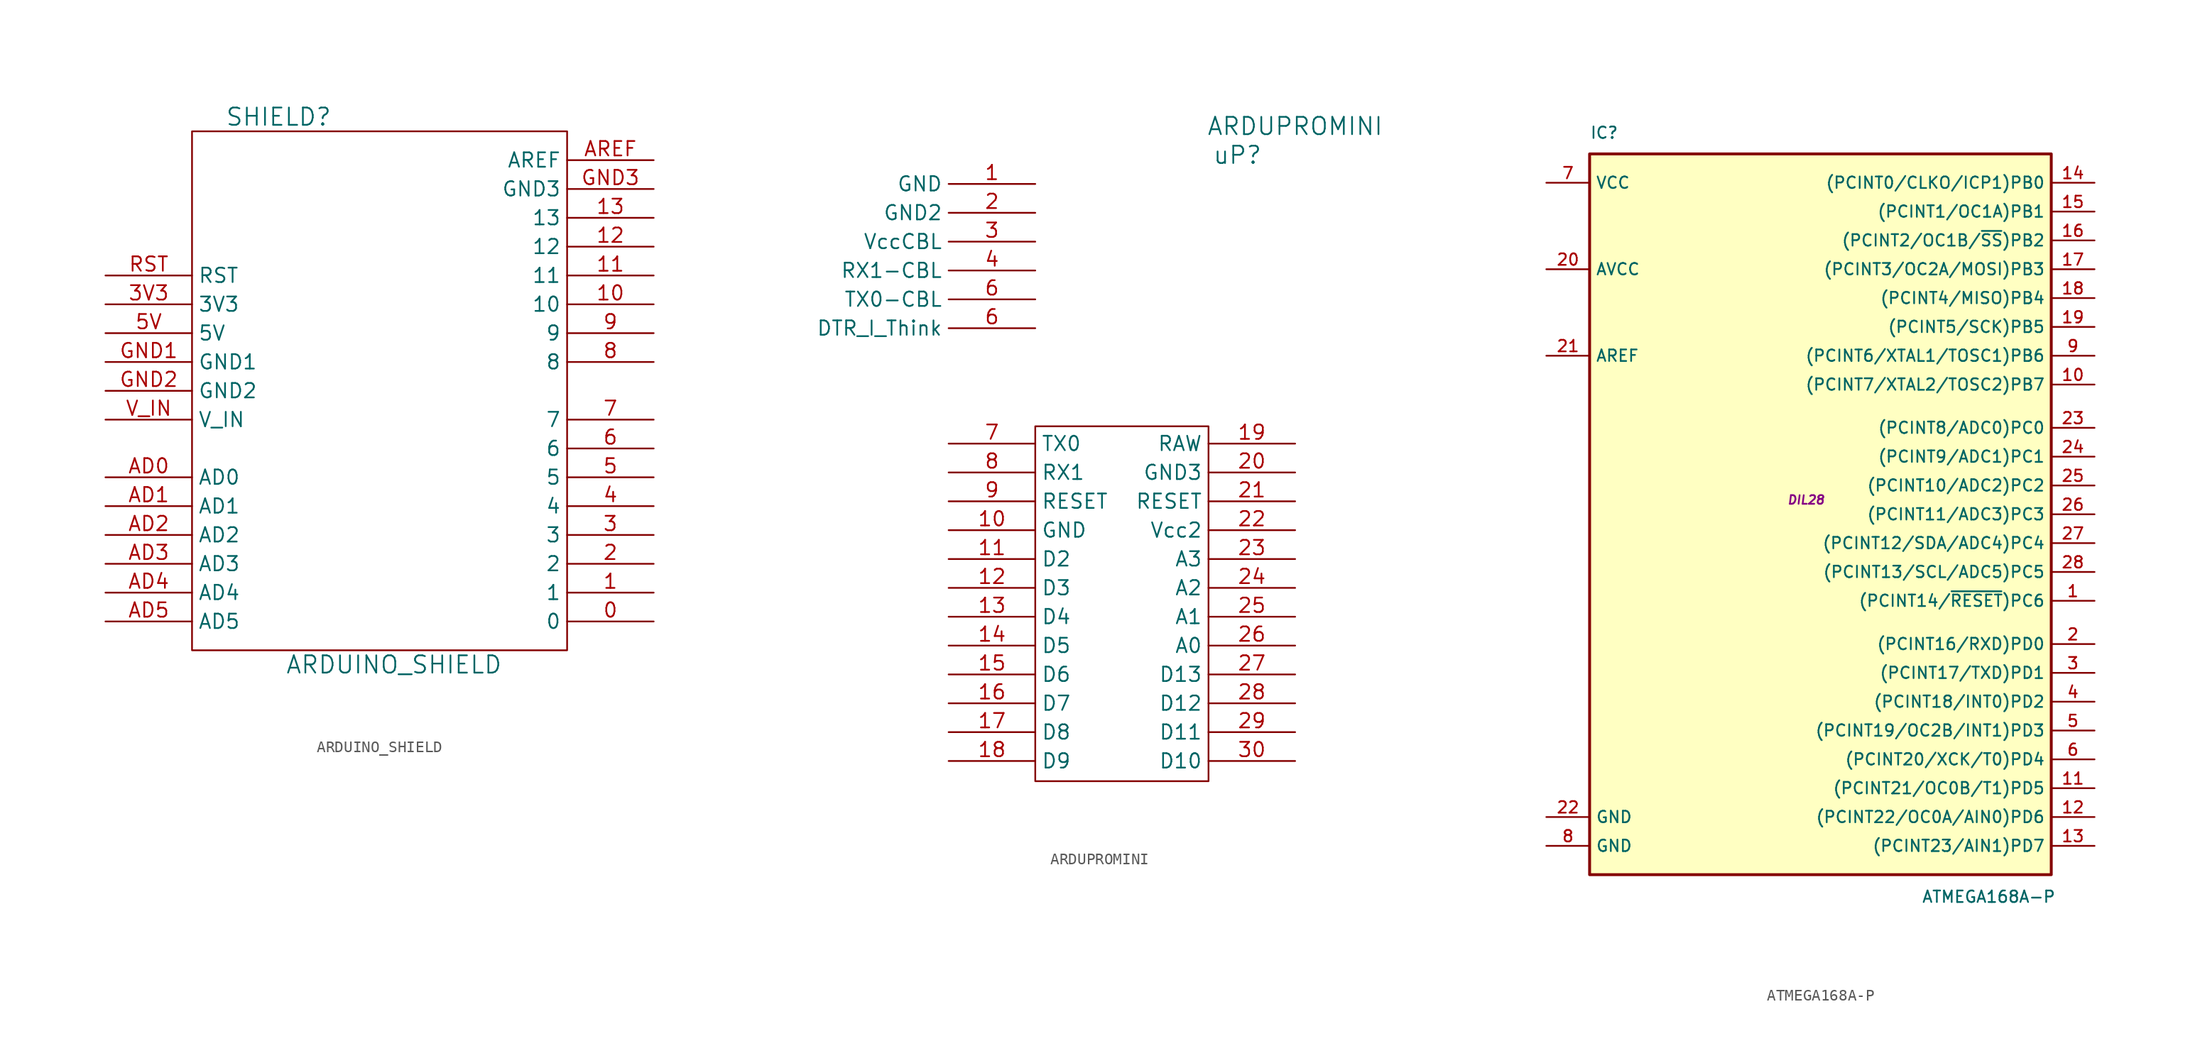
<source format=kicad_sym>
(kicad_symbol_lib
  (version 20201005)
  (generator kicad_symbol_editor)
  (symbol "Zimprich:ARDUINO_SHIELD"
    (property "Reference" "SHIELD"
      (at -8.89 24.13 0)
      (effects (font (size 1.524 1.524))))
    (property "Value" "ARDUINO_SHIELD"
      (at 1.27 -24.13 0)
      (effects (font (size 1.524 1.524))))
    (property "Footprint" ""
      (at 0 0 0)
      (effects (font (size 1.524 1.524))))
    (property "Datasheet" ""
      (at 0 0 0)
      (effects (font (size 1.524 1.524))))
    (symbol "ARDUINO_SHIELD_0_1"
      (rectangle (start -16.51 -22.86) (end 16.51 22.86) (stroke (width 0)) (fill (type none))))
    (symbol "ARDUINO_SHIELD_1_1"
      (pin bidirectional line (at 24.13 -20.32 180) (length 7.62) (name "0" (effects (font (size 1.27 1.27)))) (number "0" (effects (font (size 1.27 1.27)))))
      (pin bidirectional line (at 24.13 -17.78 180) (length 7.62) (name "1" (effects (font (size 1.27 1.27)))) (number "1" (effects (font (size 1.27 1.27)))))
      (pin bidirectional line (at 24.13 7.62 180) (length 7.62) (name "10" (effects (font (size 1.27 1.27)))) (number "10" (effects (font (size 1.27 1.27)))))
      (pin bidirectional line (at 24.13 10.16 180) (length 7.62) (name "11" (effects (font (size 1.27 1.27)))) (number "11" (effects (font (size 1.27 1.27)))))
      (pin bidirectional line (at 24.13 12.7 180) (length 7.62) (name "12" (effects (font (size 1.27 1.27)))) (number "12" (effects (font (size 1.27 1.27)))))
      (pin bidirectional line (at 24.13 15.24 180) (length 7.62) (name "13" (effects (font (size 1.27 1.27)))) (number "13" (effects (font (size 1.27 1.27)))))
      (pin bidirectional line (at 24.13 -15.24 180) (length 7.62) (name "2" (effects (font (size 1.27 1.27)))) (number "2" (effects (font (size 1.27 1.27)))))
      (pin bidirectional line (at 24.13 -12.7 180) (length 7.62) (name "3" (effects (font (size 1.27 1.27)))) (number "3" (effects (font (size 1.27 1.27)))))
      (pin power_in line (at -24.13 7.62 0) (length 7.62) (name "3V3" (effects (font (size 1.27 1.27)))) (number "3V3" (effects (font (size 1.27 1.27)))))
      (pin bidirectional line (at 24.13 -10.16 180) (length 7.62) (name "4" (effects (font (size 1.27 1.27)))) (number "4" (effects (font (size 1.27 1.27)))))
      (pin bidirectional line (at 24.13 -7.62 180) (length 7.62) (name "5" (effects (font (size 1.27 1.27)))) (number "5" (effects (font (size 1.27 1.27)))))
      (pin power_in line (at -24.13 5.08 0) (length 7.62) (name "5V" (effects (font (size 1.27 1.27)))) (number "5V" (effects (font (size 1.27 1.27)))))
      (pin bidirectional line (at 24.13 -5.08 180) (length 7.62) (name "6" (effects (font (size 1.27 1.27)))) (number "6" (effects (font (size 1.27 1.27)))))
      (pin bidirectional line (at 24.13 -2.54 180) (length 7.62) (name "7" (effects (font (size 1.27 1.27)))) (number "7" (effects (font (size 1.27 1.27)))))
      (pin bidirectional line (at 24.13 2.54 180) (length 7.62) (name "8" (effects (font (size 1.27 1.27)))) (number "8" (effects (font (size 1.27 1.27)))))
      (pin bidirectional line (at 24.13 5.08 180) (length 7.62) (name "9" (effects (font (size 1.27 1.27)))) (number "9" (effects (font (size 1.27 1.27)))))
      (pin bidirectional line (at -24.13 -7.62 0) (length 7.62) (name "AD0" (effects (font (size 1.27 1.27)))) (number "AD0" (effects (font (size 1.27 1.27)))))
      (pin bidirectional line (at -24.13 -10.16 0) (length 7.62) (name "AD1" (effects (font (size 1.27 1.27)))) (number "AD1" (effects (font (size 1.27 1.27)))))
      (pin bidirectional line (at -24.13 -12.7 0) (length 7.62) (name "AD2" (effects (font (size 1.27 1.27)))) (number "AD2" (effects (font (size 1.27 1.27)))))
      (pin bidirectional line (at -24.13 -15.24 0) (length 7.62) (name "AD3" (effects (font (size 1.27 1.27)))) (number "AD3" (effects (font (size 1.27 1.27)))))
      (pin bidirectional line (at -24.13 -17.78 0) (length 7.62) (name "AD4" (effects (font (size 1.27 1.27)))) (number "AD4" (effects (font (size 1.27 1.27)))))
      (pin bidirectional line (at -24.13 -20.32 0) (length 7.62) (name "AD5" (effects (font (size 1.27 1.27)))) (number "AD5" (effects (font (size 1.27 1.27)))))
      (pin power_in line (at 24.13 20.32 180) (length 7.62) (name "AREF" (effects (font (size 1.27 1.27)))) (number "AREF" (effects (font (size 1.27 1.27)))))
      (pin power_in line (at -24.13 2.54 0) (length 7.62) (name "GND1" (effects (font (size 1.27 1.27)))) (number "GND1" (effects (font (size 1.27 1.27)))))
      (pin power_in line (at -24.13 0 0) (length 7.62) (name "GND2" (effects (font (size 1.27 1.27)))) (number "GND2" (effects (font (size 1.27 1.27)))))
      (pin power_in line (at 24.13 17.78 180) (length 7.62) (name "GND3" (effects (font (size 1.27 1.27)))) (number "GND3" (effects (font (size 1.27 1.27)))))
      (pin input line (at -24.13 10.16 0) (length 7.62) (name "RST" (effects (font (size 1.27 1.27)))) (number "RST" (effects (font (size 1.27 1.27)))))
      (pin power_in line (at -24.13 -2.54 0) (length 7.62) (name "V_IN" (effects (font (size 1.27 1.27)))) (number "V_IN" (effects (font (size 1.27 1.27)))))))
  (symbol "Zimprich:ARDUPROMINI"
    (property "Reference" "uP"
      (at -5.08 -2.54 0)
      (effects (font (size 1.524 1.524))))
    (property "Value" "ARDUPROMINI"
      (at 0 0 0)
      (effects (font (size 1.524 1.524))))
    (property "Footprint" ""
      (at 0 0 0)
      (effects (font (size 1.524 1.524))))
    (property "Datasheet" ""
      (at 0 0 0)
      (effects (font (size 1.524 1.524))))
    (symbol "ARDUPROMINI_0_1"
      (rectangle (start -22.86 -57.658) (end -7.62 -26.416) (stroke (width 0)) (fill (type none))))
    (symbol "ARDUPROMINI_1_1"
      (pin unspecified line (at -22.86 -5.08 180) (length 7.62) (name "GND" (effects (font (size 1.27 1.27)))) (number "1" (effects (font (size 1.27 1.27)))))
      (pin unspecified line (at -30.48 -35.56 0) (length 7.62) (name "GND" (effects (font (size 1.27 1.27)))) (number "10" (effects (font (size 1.27 1.27)))))
      (pin bidirectional line (at -30.48 -38.1 0) (length 7.62) (name "D2" (effects (font (size 1.27 1.27)))) (number "11" (effects (font (size 1.27 1.27)))))
      (pin bidirectional line (at -30.48 -40.64 0) (length 7.62) (name "D3" (effects (font (size 1.27 1.27)))) (number "12" (effects (font (size 1.27 1.27)))))
      (pin bidirectional line (at -30.48 -43.18 0) (length 7.62) (name "D4" (effects (font (size 1.27 1.27)))) (number "13" (effects (font (size 1.27 1.27)))))
      (pin bidirectional line (at -30.48 -45.72 0) (length 7.62) (name "D5" (effects (font (size 1.27 1.27)))) (number "14" (effects (font (size 1.27 1.27)))))
      (pin bidirectional line (at -30.48 -48.26 0) (length 7.62) (name "D6" (effects (font (size 1.27 1.27)))) (number "15" (effects (font (size 1.27 1.27)))))
      (pin bidirectional line (at -30.48 -50.8 0) (length 7.62) (name "D7" (effects (font (size 1.27 1.27)))) (number "16" (effects (font (size 1.27 1.27)))))
      (pin bidirectional line (at -30.48 -53.34 0) (length 7.62) (name "D8" (effects (font (size 1.27 1.27)))) (number "17" (effects (font (size 1.27 1.27)))))
      (pin bidirectional line (at -30.48 -55.88 0) (length 7.62) (name "D9" (effects (font (size 1.27 1.27)))) (number "18" (effects (font (size 1.27 1.27)))))
      (pin unspecified line (at 0 -27.94 180) (length 7.62) (name "RAW" (effects (font (size 1.27 1.27)))) (number "19" (effects (font (size 1.27 1.27)))))
      (pin unspecified line (at -22.86 -7.62 180) (length 7.62) (name "GND2" (effects (font (size 1.27 1.27)))) (number "2" (effects (font (size 1.27 1.27)))))
      (pin unspecified line (at 0 -30.48 180) (length 7.62) (name "GND3" (effects (font (size 1.27 1.27)))) (number "20" (effects (font (size 1.27 1.27)))))
      (pin input line (at 0 -33.02 180) (length 7.62) (name "RESET" (effects (font (size 1.27 1.27)))) (number "21" (effects (font (size 1.27 1.27)))))
      (pin unspecified line (at 0 -35.56 180) (length 7.62) (name "Vcc2" (effects (font (size 1.27 1.27)))) (number "22" (effects (font (size 1.27 1.27)))))
      (pin bidirectional line (at 0 -38.1 180) (length 7.62) (name "A3" (effects (font (size 1.27 1.27)))) (number "23" (effects (font (size 1.27 1.27)))))
      (pin bidirectional line (at 0 -40.64 180) (length 7.62) (name "A2" (effects (font (size 1.27 1.27)))) (number "24" (effects (font (size 1.27 1.27)))))
      (pin bidirectional line (at 0 -43.18 180) (length 7.62) (name "A1" (effects (font (size 1.27 1.27)))) (number "25" (effects (font (size 1.27 1.27)))))
      (pin bidirectional line (at 0 -45.72 180) (length 7.62) (name "A0" (effects (font (size 1.27 1.27)))) (number "26" (effects (font (size 1.27 1.27)))))
      (pin bidirectional line (at 0 -48.26 180) (length 7.62) (name "D13" (effects (font (size 1.27 1.27)))) (number "27" (effects (font (size 1.27 1.27)))))
      (pin input line (at 0 -50.8 180) (length 7.62) (name "D12" (effects (font (size 1.27 1.27)))) (number "28" (effects (font (size 1.27 1.27)))))
      (pin bidirectional line (at 0 -53.34 180) (length 7.62) (name "D11" (effects (font (size 1.27 1.27)))) (number "29" (effects (font (size 1.27 1.27)))))
      (pin power_in line (at -22.86 -10.16 180) (length 7.62) (name "VccCBL" (effects (font (size 1.27 1.27)))) (number "3" (effects (font (size 1.27 1.27)))))
      (pin bidirectional line (at 0 -55.88 180) (length 7.62) (name "D10" (effects (font (size 1.27 1.27)))) (number "30" (effects (font (size 1.27 1.27)))))
      (pin unspecified line (at -22.86 -12.7 180) (length 7.62) (name "RX1-CBL" (effects (font (size 1.27 1.27)))) (number "4" (effects (font (size 1.27 1.27)))))
      (pin unspecified line (at -22.86 -17.78 180) (length 7.62) (name "DTR_I_Think" (effects (font (size 1.27 1.27)))) (number "6" (effects (font (size 1.27 1.27)))))
      (pin unspecified line (at -22.86 -15.24 180) (length 7.62) (name "TX0-CBL" (effects (font (size 1.27 1.27)))) (number "6" (effects (font (size 1.27 1.27)))))
      (pin bidirectional line (at -30.48 -27.94 0) (length 7.62) (name "TX0" (effects (font (size 1.27 1.27)))) (number "7" (effects (font (size 1.27 1.27)))))
      (pin bidirectional line (at -30.48 -30.48 0) (length 7.62) (name "RX1" (effects (font (size 1.27 1.27)))) (number "8" (effects (font (size 1.27 1.27)))))
      (pin input line (at -30.48 -33.02 0) (length 7.62) (name "RESET" (effects (font (size 1.27 1.27)))) (number "9" (effects (font (size 1.27 1.27)))))))
  (symbol "Zimprich:ATMEGA168A-P"
    (property "Reference" "IC"
      (at -19.05 31.75 0)
      (effects (font (size 1.016 1.016)) (justify left bottom)))
    (property "Value" "ATMEGA168A-P"
      (at 10.16 -35.56 0)
      (effects (font (size 1.016 1.016)) (justify left bottom)))
    (property "Footprint" "DIL28"
      (at 0 0 0)
      (effects (font (size 0.762 0.762) italic)))
    (property "Datasheet" ""
      (at 0 0 0)
      (effects (font (size 1.524 1.524))))
    (symbol "ATMEGA168A-P_0_1"
      (rectangle (start -19.05 30.48) (end 21.59 -33.02) (stroke (width 0.254)) (fill (type background))))
    (symbol "ATMEGA168A-P_1_1"
      (pin bidirectional line (at 25.4 -8.89 180) (length 3.81) (name "(PCINT14/~RESET~)PC6" (effects (font (size 1.016 1.016)))) (number "1" (effects (font (size 1.016 1.016)))))
      (pin bidirectional line (at 25.4 10.16 180) (length 3.81) (name "(PCINT7/XTAL2/TOSC2)PB7" (effects (font (size 1.016 1.016)))) (number "10" (effects (font (size 1.016 1.016)))))
      (pin bidirectional line (at 25.4 -25.4 180) (length 3.81) (name "(PCINT21/OC0B/T1)PD5" (effects (font (size 1.016 1.016)))) (number "11" (effects (font (size 1.016 1.016)))))
      (pin bidirectional line (at 25.4 -27.94 180) (length 3.81) (name "(PCINT22/OC0A/AIN0)PD6" (effects (font (size 1.016 1.016)))) (number "12" (effects (font (size 1.016 1.016)))))
      (pin bidirectional line (at 25.4 -30.48 180) (length 3.81) (name "(PCINT23/AIN1)PD7" (effects (font (size 1.016 1.016)))) (number "13" (effects (font (size 1.016 1.016)))))
      (pin bidirectional line (at 25.4 27.94 180) (length 3.81) (name "(PCINT0/CLKO/ICP1)PB0" (effects (font (size 1.016 1.016)))) (number "14" (effects (font (size 1.016 1.016)))))
      (pin bidirectional line (at 25.4 25.4 180) (length 3.81) (name "(PCINT1/OC1A)PB1" (effects (font (size 1.016 1.016)))) (number "15" (effects (font (size 1.016 1.016)))))
      (pin bidirectional line (at 25.4 22.86 180) (length 3.81) (name "(PCINT2/OC1B/~SS~)PB2" (effects (font (size 1.016 1.016)))) (number "16" (effects (font (size 1.016 1.016)))))
      (pin bidirectional line (at 25.4 20.32 180) (length 3.81) (name "(PCINT3/OC2A/MOSI)PB3" (effects (font (size 1.016 1.016)))) (number "17" (effects (font (size 1.016 1.016)))))
      (pin bidirectional line (at 25.4 17.78 180) (length 3.81) (name "(PCINT4/MISO)PB4" (effects (font (size 1.016 1.016)))) (number "18" (effects (font (size 1.016 1.016)))))
      (pin bidirectional line (at 25.4 15.24 180) (length 3.81) (name "(PCINT5/SCK)PB5" (effects (font (size 1.016 1.016)))) (number "19" (effects (font (size 1.016 1.016)))))
      (pin bidirectional line (at 25.4 -12.7 180) (length 3.81) (name "(PCINT16/RXD)PD0" (effects (font (size 1.016 1.016)))) (number "2" (effects (font (size 1.016 1.016)))))
      (pin power_in line (at -22.86 20.32 0) (length 3.81) (name "AVCC" (effects (font (size 1.016 1.016)))) (number "20" (effects (font (size 1.016 1.016)))))
      (pin bidirectional line (at -22.86 12.7 0) (length 3.81) (name "AREF" (effects (font (size 1.016 1.016)))) (number "21" (effects (font (size 1.016 1.016)))))
      (pin power_in line (at -22.86 -27.94 0) (length 3.81) (name "GND" (effects (font (size 1.016 1.016)))) (number "22" (effects (font (size 1.016 1.016)))))
      (pin bidirectional line (at 25.4 6.35 180) (length 3.81) (name "(PCINT8/ADC0)PC0" (effects (font (size 1.016 1.016)))) (number "23" (effects (font (size 1.016 1.016)))))
      (pin bidirectional line (at 25.4 3.81 180) (length 3.81) (name "(PCINT9/ADC1)PC1" (effects (font (size 1.016 1.016)))) (number "24" (effects (font (size 1.016 1.016)))))
      (pin bidirectional line (at 25.4 1.27 180) (length 3.81) (name "(PCINT10/ADC2)PC2" (effects (font (size 1.016 1.016)))) (number "25" (effects (font (size 1.016 1.016)))))
      (pin bidirectional line (at 25.4 -1.27 180) (length 3.81) (name "(PCINT11/ADC3)PC3" (effects (font (size 1.016 1.016)))) (number "26" (effects (font (size 1.016 1.016)))))
      (pin bidirectional line (at 25.4 -3.81 180) (length 3.81) (name "(PCINT12/SDA/ADC4)PC4" (effects (font (size 1.016 1.016)))) (number "27" (effects (font (size 1.016 1.016)))))
      (pin bidirectional line (at 25.4 -6.35 180) (length 3.81) (name "(PCINT13/SCL/ADC5)PC5" (effects (font (size 1.016 1.016)))) (number "28" (effects (font (size 1.016 1.016)))))
      (pin bidirectional line (at 25.4 -15.24 180) (length 3.81) (name "(PCINT17/TXD)PD1" (effects (font (size 1.016 1.016)))) (number "3" (effects (font (size 1.016 1.016)))))
      (pin bidirectional line (at 25.4 -17.78 180) (length 3.81) (name "(PCINT18/INT0)PD2" (effects (font (size 1.016 1.016)))) (number "4" (effects (font (size 1.016 1.016)))))
      (pin bidirectional line (at 25.4 -20.32 180) (length 3.81) (name "(PCINT19/OC2B/INT1)PD3" (effects (font (size 1.016 1.016)))) (number "5" (effects (font (size 1.016 1.016)))))
      (pin bidirectional line (at 25.4 -22.86 180) (length 3.81) (name "(PCINT20/XCK/T0)PD4" (effects (font (size 1.016 1.016)))) (number "6" (effects (font (size 1.016 1.016)))))
      (pin power_in line (at -22.86 27.94 0) (length 3.81) (name "VCC" (effects (font (size 1.016 1.016)))) (number "7" (effects (font (size 1.016 1.016)))))
      (pin power_in line (at -22.86 -30.48 0) (length 3.81) (name "GND" (effects (font (size 1.016 1.016)))) (number "8" (effects (font (size 1.016 1.016)))))
      (pin bidirectional line (at 25.4 12.7 180) (length 3.81) (name "(PCINT6/XTAL1/TOSC1)PB6" (effects (font (size 1.016 1.016)))) (number "9" (effects (font (size 1.016 1.016))))))))
</source>
